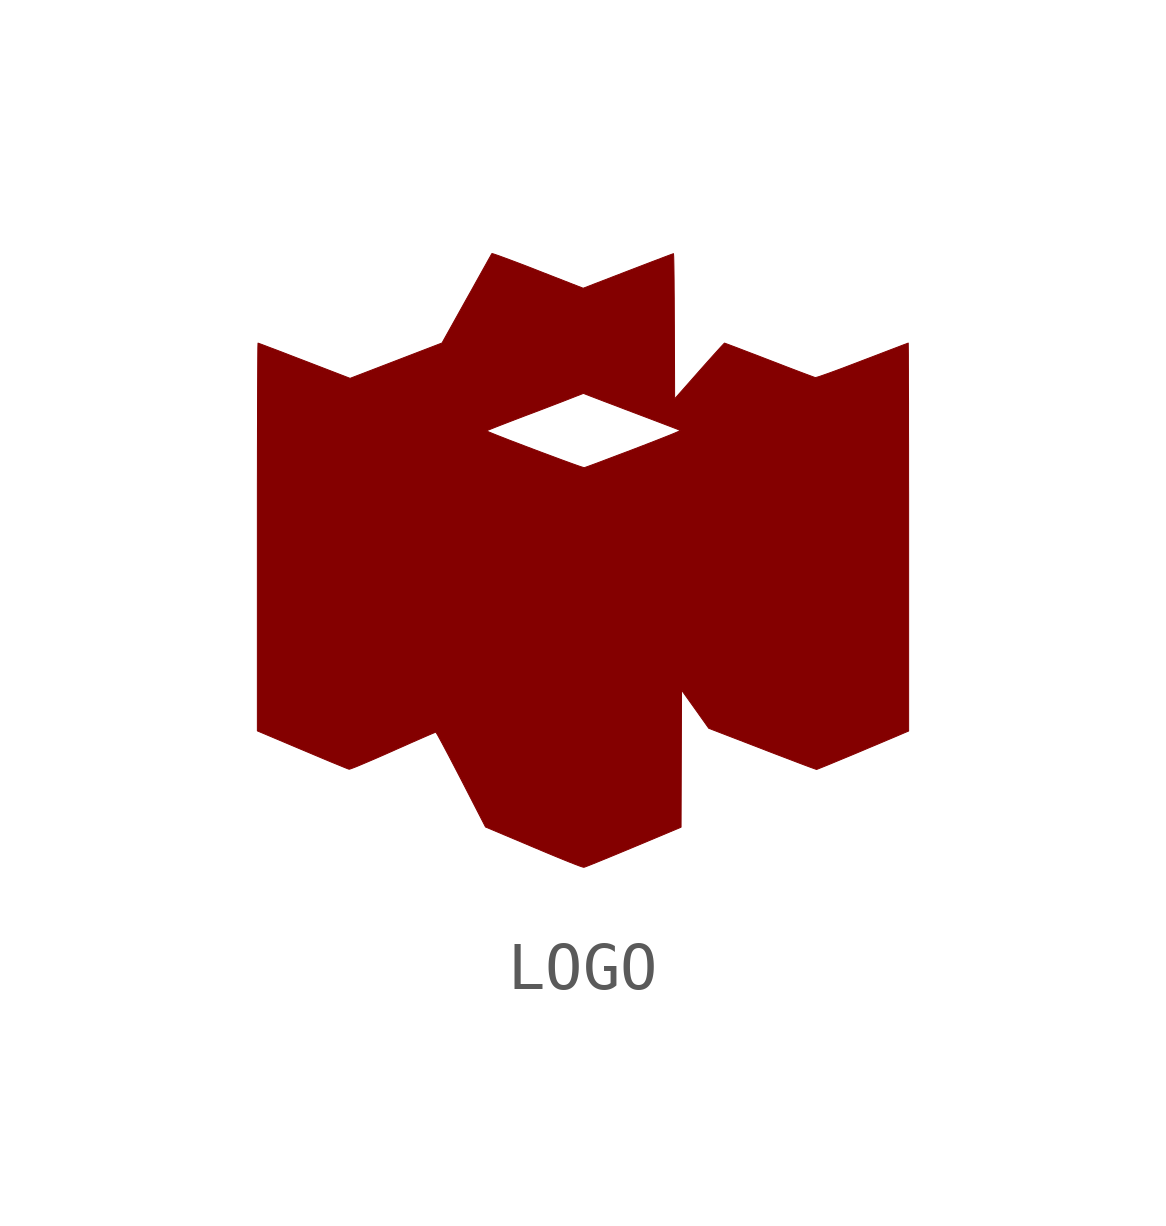
<source format=kicad_sym>
(kicad_symbol_lib
  (version 20210619)
  (generator bitmap2component)
  (symbol "LOGO"
    (pin_names
      (offset 1.016))
    (property "Reference" "#G"
      (at 0 8.404 0)
      (effects (font (size 1.27 1.27)) hide))
    (symbol "LOGO_0_0"
      (polyline (pts (xy 0.346 -6.822) (xy 0.399 -6.802) (xy 0.478 -6.771) (xy 0.582 -6.729) (xy 0.707 -6.678) (xy 0.851 -6.619) (xy 1.009 -6.554) (xy 1.18 -6.483) (xy 1.36 -6.408) (xy 2.349 -5.993) (xy 2.354 -4.565) (xy 2.359 -3.137) (xy 2.643 -3.535) (xy 2.926 -3.934) (xy 4.037 -4.362) (xy 4.116 -4.393) (xy 4.303 -4.465) (xy 4.479 -4.532) (xy 4.642 -4.594) (xy 4.788 -4.65) (xy 4.915 -4.698) (xy 5.019 -4.737) (xy 5.099 -4.766) (xy 5.15 -4.784) (xy 5.17 -4.791) (xy 5.174 -4.79) (xy 5.205 -4.778) (xy 5.265 -4.754) (xy 5.352 -4.719) (xy 5.462 -4.674) (xy 5.592 -4.62) (xy 5.739 -4.559) (xy 5.901 -4.492) (xy 6.073 -4.42) (xy 6.254 -4.343) (xy 6.441 -4.265) (xy 6.629 -4.185) (xy 6.817 -4.106) (xy 7.001 -4.027) (xy 7.087 -3.991) (xy 7.087 0.563) (xy 7.087 0.929) (xy 7.086 1.283) (xy 7.086 1.623) (xy 7.086 1.949) (xy 7.085 2.257) (xy 7.085 2.548) (xy 7.085 2.818) (xy 7.084 3.067) (xy 7.083 3.292) (xy 7.083 3.493) (xy 7.082 3.667) (xy 7.082 3.814) (xy 7.081 3.93) (xy 7.08 4.016) (xy 7.079 4.068) (xy 7.079 4.086) (xy 7.07 4.083) (xy 7.031 4.068) (xy 6.963 4.043) (xy 6.87 4.007) (xy 6.754 3.963) (xy 6.618 3.911) (xy 6.467 3.853) (xy 6.302 3.79) (xy 6.126 3.723) (xy 6.051 3.694) (xy 5.867 3.624) (xy 5.699 3.56) (xy 5.547 3.504) (xy 5.416 3.456) (xy 5.307 3.418) (xy 5.224 3.389) (xy 5.169 3.373) (xy 5.145 3.368) (xy 5.136 3.37) (xy 5.095 3.385) (xy 5.026 3.411) (xy 4.931 3.446) (xy 4.814 3.49) (xy 4.678 3.542) (xy 4.526 3.6) (xy 4.361 3.664) (xy 4.187 3.731) (xy 4.088 3.769) (xy 3.92 3.834) (xy 3.764 3.893) (xy 3.623 3.947) (xy 3.501 3.994) (xy 3.399 4.032) (xy 3.322 4.061) (xy 3.273 4.079) (xy 3.254 4.086) (xy 3.248 4.081) (xy 3.221 4.053) (xy 3.173 4.002) (xy 3.109 3.931) (xy 3.03 3.844) (xy 2.938 3.741) (xy 2.836 3.627) (xy 2.728 3.505) (xy 2.215 2.924) (xy 2.21 4.436) (xy 2.209 4.581) (xy 2.208 4.805) (xy 2.207 5.017) (xy 2.205 5.213) (xy 2.204 5.392) (xy 2.202 5.551) (xy 2.2 5.687) (xy 2.198 5.797) (xy 2.196 5.879) (xy 2.193 5.93) (xy 2.191 5.948) (xy 2.183 5.945) (xy 2.144 5.931) (xy 2.077 5.906) (xy 1.984 5.871) (xy 1.869 5.827) (xy 1.734 5.776) (xy 1.583 5.718) (xy 1.419 5.655) (xy 1.244 5.588) (xy 0.311 5.228) (xy -0.634 5.597) (xy -0.758 5.646) (xy -0.926 5.711) (xy -1.082 5.77) (xy -1.223 5.823) (xy -1.345 5.868) (xy -1.446 5.905) (xy -1.522 5.931) (xy -1.571 5.947) (xy -1.589 5.95) (xy -1.598 5.936) (xy -1.622 5.892) (xy -1.661 5.823) (xy -1.713 5.729) (xy -1.777 5.615) (xy -1.85 5.484) (xy -1.932 5.337) (xy -2.02 5.178) (xy -2.114 5.011) (xy -2.628 4.088) (xy -4.542 3.352) (xy -5.494 3.719) (xy -5.62 3.767) (xy -5.789 3.832) (xy -5.946 3.893) (xy -6.088 3.947) (xy -6.211 3.993) (xy -6.313 4.032) (xy -6.39 4.061) (xy -6.44 4.079) (xy -6.458 4.085) (xy -6.459 4.083) (xy -6.46 4.053) (xy -6.462 3.988) (xy -6.463 3.891) (xy -6.464 3.764) (xy -6.465 3.607) (xy -6.466 3.423) (xy -6.467 3.213) (xy -6.468 2.979) (xy -6.469 2.723) (xy -6.469 2.445) (xy -6.47 2.258) (xy -1.699 2.258) (xy -1.692 2.263) (xy -1.655 2.279) (xy -1.59 2.305) (xy -1.5 2.341) (xy -1.389 2.384) (xy -1.26 2.434) (xy -1.117 2.489) (xy -0.962 2.548) (xy -0.905 2.57) (xy -0.737 2.633) (xy -0.571 2.696) (xy -0.412 2.757) (xy -0.266 2.813) (xy -0.138 2.862) (xy -0.033 2.903) (xy 0.044 2.933) (xy 0.314 3.039) (xy 0.677 2.9) (xy 0.744 2.874) (xy 0.869 2.827) (xy 1.015 2.772) (xy 1.176 2.71) (xy 1.345 2.646) (xy 1.514 2.582) (xy 1.678 2.52) (xy 1.694 2.514) (xy 1.838 2.459) (xy 1.97 2.409) (xy 2.088 2.364) (xy 2.187 2.326) (xy 2.264 2.296) (xy 2.314 2.276) (xy 2.335 2.267) (xy 2.325 2.26) (xy 2.283 2.241) (xy 2.214 2.211) (xy 2.119 2.172) (xy 2.001 2.125) (xy 1.864 2.071) (xy 1.71 2.011) (xy 1.542 1.946) (xy 1.363 1.877) (xy 1.205 1.817) (xy 1.032 1.752) (xy 0.871 1.691) (xy 0.726 1.636) (xy 0.599 1.588) (xy 0.493 1.549) (xy 0.411 1.519) (xy 0.357 1.5) (xy 0.334 1.492) (xy 0.32 1.495) (xy 0.274 1.509) (xy 0.201 1.534) (xy 0.105 1.568) (xy -0.011 1.61) (xy -0.142 1.658) (xy -0.287 1.712) (xy -0.44 1.769) (xy -0.599 1.828) (xy -0.76 1.889) (xy -0.919 1.949) (xy -1.073 2.008) (xy -1.218 2.063) (xy -1.35 2.115) (xy -1.466 2.16) (xy -1.563 2.199) (xy -1.636 2.229) (xy -1.683 2.249) (xy -1.699 2.258) (xy -6.47 2.258) (xy -6.47 2.148) (xy -6.471 1.833) (xy -6.471 1.502) (xy -6.472 1.156) (xy -6.472 0.798) (xy -6.472 0.428) (xy -6.472 0.049) (xy -6.472 -3.988) (xy -5.537 -4.383) (xy -5.418 -4.433) (xy -5.25 -4.504) (xy -5.093 -4.57) (xy -4.95 -4.63) (xy -4.825 -4.681) (xy -4.72 -4.724) (xy -4.64 -4.757) (xy -4.586 -4.778) (xy -4.563 -4.786) (xy -4.543 -4.782) (xy -4.49 -4.763) (xy -4.409 -4.732) (xy -4.302 -4.687) (xy -4.17 -4.631) (xy -4.016 -4.565) (xy -3.842 -4.489) (xy -3.65 -4.404) (xy -3.575 -4.37) (xy -3.411 -4.298) (xy -3.259 -4.23) (xy -3.122 -4.17) (xy -3.001 -4.117) (xy -2.902 -4.074) (xy -2.825 -4.041) (xy -2.776 -4.021) (xy -2.757 -4.014) (xy -2.756 -4.014) (xy -2.744 -4.033) (xy -2.716 -4.08) (xy -2.675 -4.155) (xy -2.622 -4.253) (xy -2.559 -4.372) (xy -2.486 -4.509) (xy -2.407 -4.661) (xy -2.321 -4.826) (xy -2.23 -5.001) (xy -1.722 -5.989) (xy -0.721 -6.411) (xy -0.666 -6.434) (xy -0.457 -6.522) (xy -0.269 -6.6) (xy -0.103 -6.668) (xy 0.038 -6.725) (xy 0.154 -6.77) (xy 0.241 -6.803) (xy 0.299 -6.822) (xy 0.325 -6.828) (xy 0.346 -6.822)) (stroke (width 0.01)) (fill (type outline))))))
</source>
